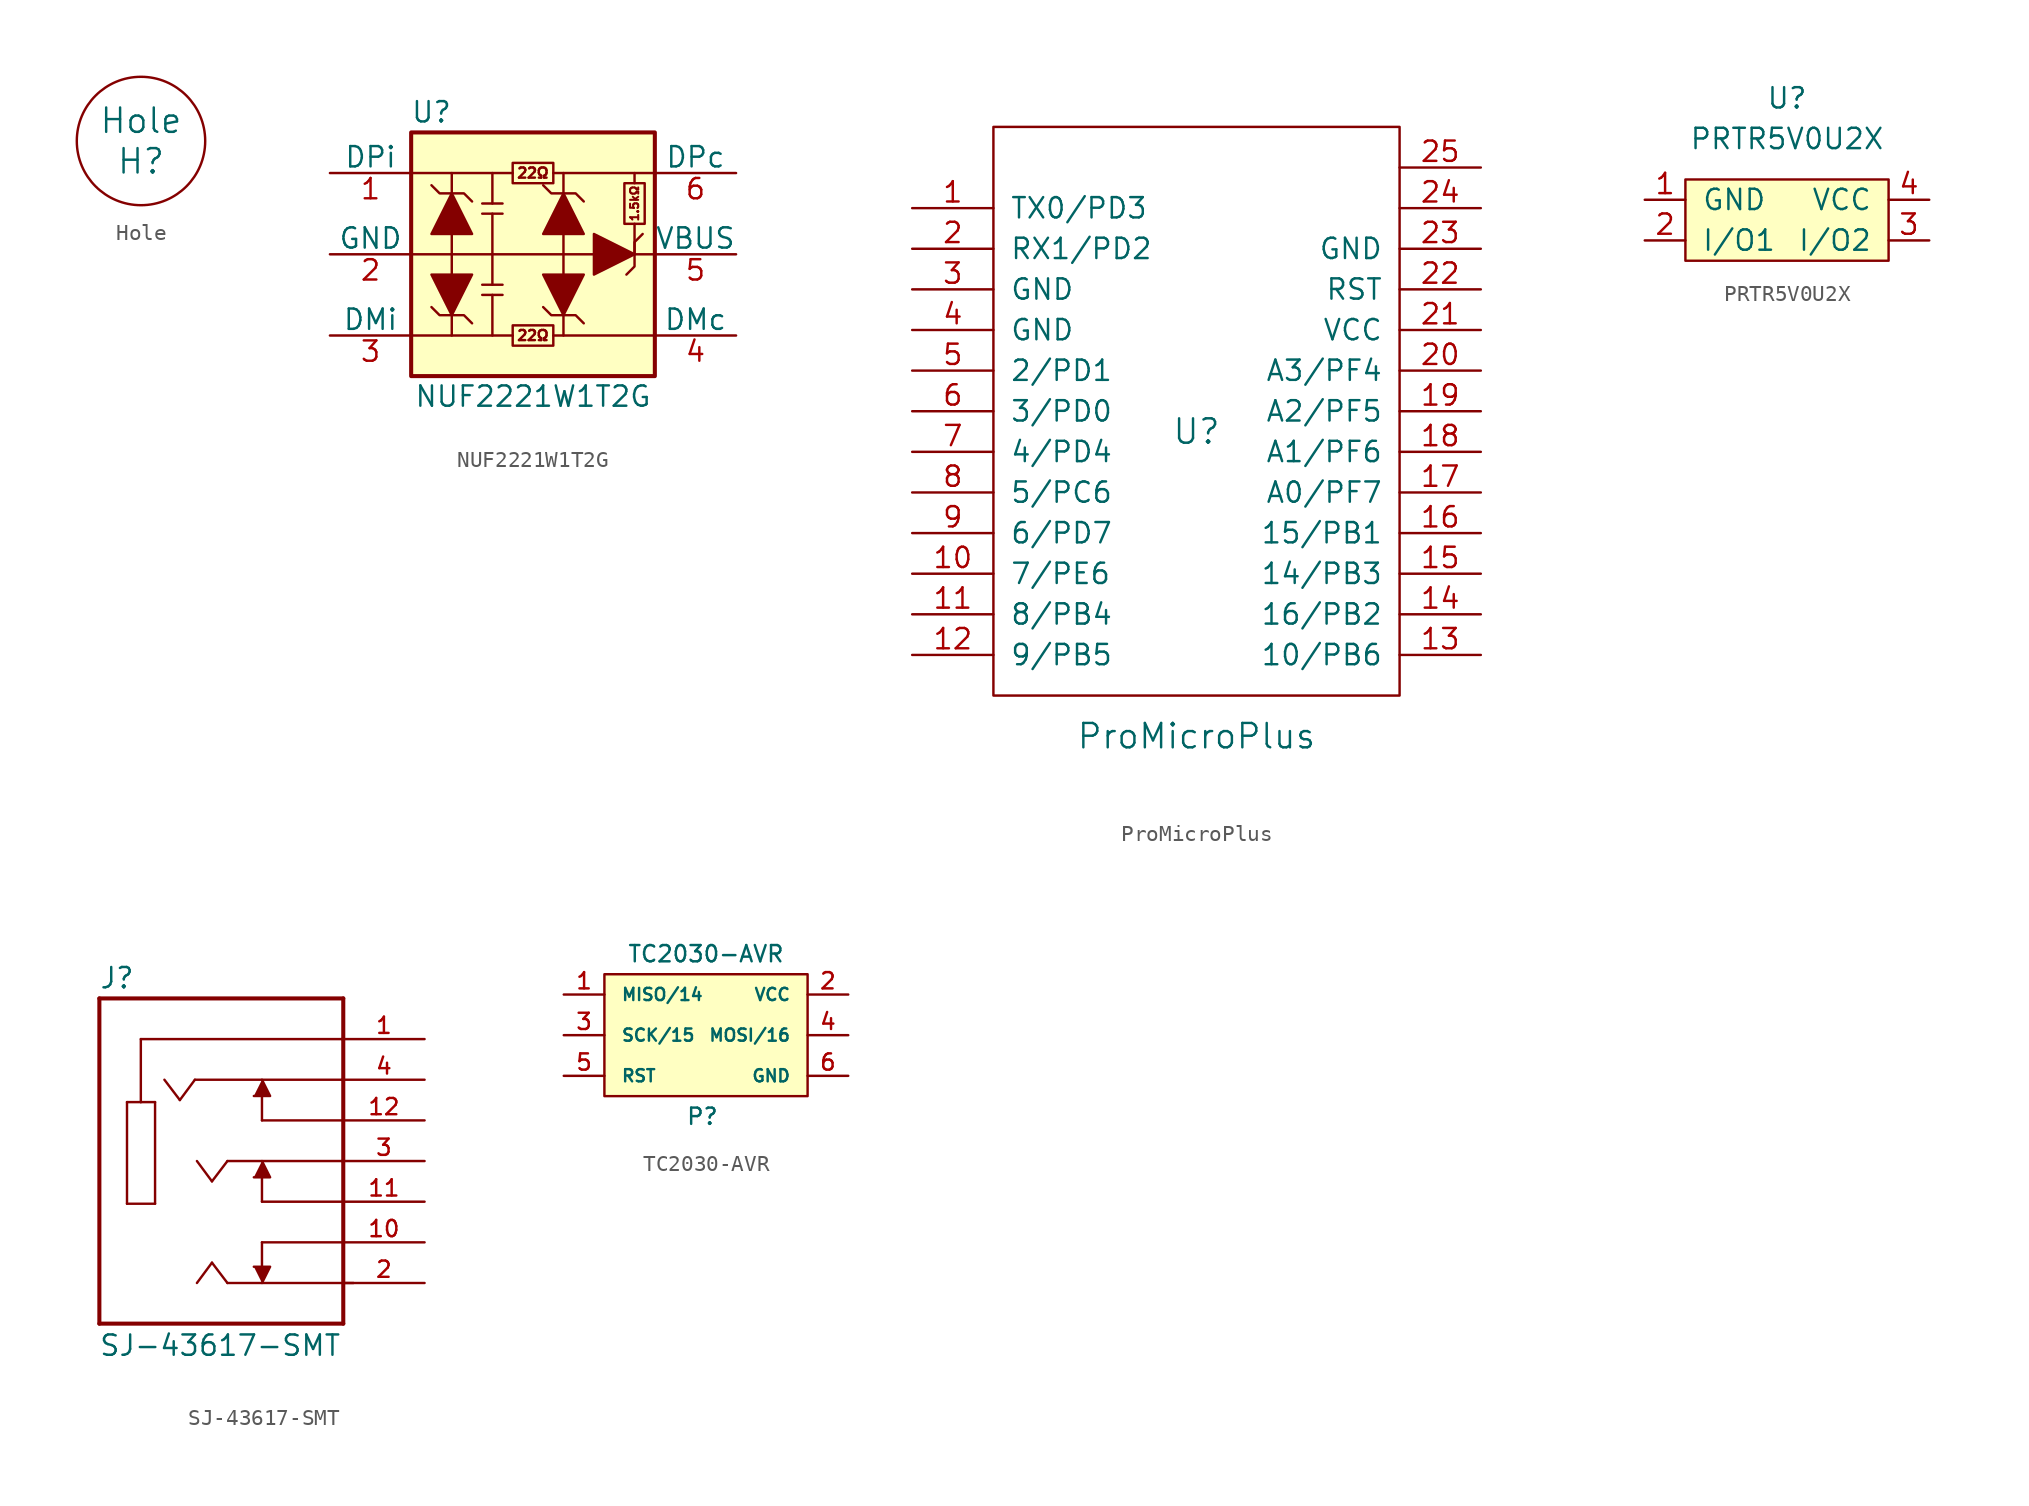
<source format=kicad_sym>
(kicad_symbol_lib
  (version 20211014)
  (generator kicad_symbol_editor)
  (symbol "Hole"
    (pin_names
      (offset 1.016))
    (property "Reference" "H"
      (at 0 -1.27 0)
      (effects (font (size 1.524 1.524))))
    (property "Value" "Hole"
      (at 0 1.27 0)
      (effects (font (size 1.524 1.524))))
    (symbol "Hole_0_1"
      (circle (center 0 0) (radius 4.013) (stroke (width 0) (type default) (color 0 0 0 0)) (fill (type none)))))
  (symbol "NUF2221W1T2G"
    (pin_names
      (offset 0))
    (property "Reference" "U"
      (at -6.35 8.89 0)
      (effects (font (size 1.27 1.27))))
    (property "Value" "NUF2221W1T2G"
      (at 0 -8.89 0)
      (effects (font (size 1.27 1.27))))
    (symbol "NUF2221W1T2G_0_0"
      (polyline (pts (xy -5.08 -5.08) (xy -1.27 -5.08)) (stroke (width 0) (type default) (color 0 0 0 0)) (fill (type none)))
      (polyline (pts (xy -5.08 0) (xy 1.905 0)) (stroke (width 0) (type default) (color 0 0 0 0)) (fill (type none)))
      (polyline (pts (xy -5.08 5.08) (xy -1.27 5.08)) (stroke (width 0) (type default) (color 0 0 0 0)) (fill (type none)))
      (polyline (pts (xy -3.175 -2.54) (xy -1.905 -2.54)) (stroke (width 0) (type default) (color 0 0 0 0)) (fill (type none)))
      (polyline (pts (xy -3.175 2.54) (xy -1.905 2.54)) (stroke (width 0) (type default) (color 0 0 0 0)) (fill (type none)))
      (polyline (pts (xy -2.54 -2.54) (xy -2.54 -5.08)) (stroke (width 0) (type default) (color 0 0 0 0)) (fill (type none)))
      (polyline (pts (xy -2.54 -1.905) (xy -2.54 0)) (stroke (width 0) (type default) (color 0 0 0 0)) (fill (type none)))
      (polyline (pts (xy -2.54 2.54) (xy -2.54 0)) (stroke (width 0) (type default) (color 0 0 0 0)) (fill (type none)))
      (polyline (pts (xy -2.54 3.175) (xy -2.54 5.08)) (stroke (width 0) (type default) (color 0 0 0 0)) (fill (type none)))
      (polyline (pts (xy -1.905 -1.905) (xy -3.175 -1.905)) (stroke (width 0) (type default) (color 0 0 0 0)) (fill (type none)))
      (polyline (pts (xy -1.905 3.175) (xy -3.175 3.175)) (stroke (width 0) (type default) (color 0 0 0 0)) (fill (type none)))
      (polyline (pts (xy 1.27 -5.08) (xy 7.62 -5.08)) (stroke (width 0) (type default) (color 0 0 0 0)) (fill (type none)))
      (polyline (pts (xy 1.27 5.08) (xy 7.62 5.08)) (stroke (width 0) (type default) (color 0 0 0 0)) (fill (type none)))
      (polyline (pts (xy 1.905 -3.81) (xy 1.905 -5.08)) (stroke (width 0) (type default) (color 0 0 0 0)) (fill (type none)))
      (polyline (pts (xy 1.905 0) (xy 3.81 0)) (stroke (width 0) (type default) (color 0 0 0 0)) (fill (type none)))
      (polyline (pts (xy 1.905 3.81) (xy 1.905 5.08)) (stroke (width 0) (type default) (color 0 0 0 0)) (fill (type none)))
      (polyline (pts (xy 6.35 0) (xy 7.62 0)) (stroke (width 0) (type default) (color 0 0 0 0)) (fill (type none)))
      (polyline (pts (xy 6.35 1.905) (xy 6.35 0)) (stroke (width 0) (type default) (color 0 0 0 0)) (fill (type none)))
      (polyline (pts (xy 6.35 4.445) (xy 6.35 5.08)) (stroke (width 0) (type default) (color 0 0 0 0)) (fill (type none)))
      (text "1.5kΩ" (at 6.35 3.175 900) (effects (font (size 0.508 0.508))))
      (text "22Ω" (at 0 -5.08 0) (effects (font (size 0.635 0.635))))
      (text "22Ω" (at 0 5.08 0) (effects (font (size 0.635 0.635)))))
    (symbol "NUF2221W1T2G_0_1"
      (rectangle (start -7.62 7.62) (end 7.62 -7.62) (stroke (width 0.254) (type default) (color 0 0 0 0)) (fill (type background)))
      (rectangle (start -1.27 -4.445) (end 1.27 -5.715) (stroke (width 0) (type default) (color 0 0 0 0)) (fill (type none)))
      (rectangle (start -1.27 5.715) (end 1.27 4.445) (stroke (width 0) (type default) (color 0 0 0 0)) (fill (type none)))
      (polyline (pts (xy -5.08 -1.27) (xy -5.08 1.27)) (stroke (width 0) (type default) (color 0 0 0 0)) (fill (type none)))
      (polyline (pts (xy -5.08 0) (xy -7.62 0)) (stroke (width 0) (type default) (color 0 0 0 0)) (fill (type none)))
      (polyline (pts (xy 1.905 -1.27) (xy 1.905 1.27)) (stroke (width 0) (type default) (color 0 0 0 0)) (fill (type none)))
      (polyline (pts (xy -7.62 -5.08) (xy -5.08 -5.08) (xy -5.08 -3.81)) (stroke (width 0) (type default) (color 0 0 0 0)) (fill (type none)))
      (polyline (pts (xy -5.08 3.81) (xy -5.08 5.08) (xy -7.62 5.08)) (stroke (width 0) (type default) (color 0 0 0 0)) (fill (type none)))
      (polyline (pts (xy -6.35 -3.302) (xy -5.842 -3.81) (xy -4.318 -3.81) (xy -3.81 -4.318)) (stroke (width 0) (type default) (color 0 0 0 0)) (fill (type none)))
      (polyline (pts (xy -6.35 1.27) (xy -3.81 1.27) (xy -5.08 3.81) (xy -6.35 1.27)) (stroke (width 0) (type default) (color 0 0 0 0)) (fill (type outline)))
      (polyline (pts (xy -3.81 -1.27) (xy -6.35 -1.27) (xy -5.08 -3.81) (xy -3.81 -1.27)) (stroke (width 0) (type default) (color 0 0 0 0)) (fill (type outline)))
      (polyline (pts (xy -3.81 3.302) (xy -4.318 3.81) (xy -5.842 3.81) (xy -6.35 4.318)) (stroke (width 0) (type default) (color 0 0 0 0)) (fill (type none)))
      (polyline (pts (xy 0.635 -3.302) (xy 1.143 -3.81) (xy 2.667 -3.81) (xy 3.175 -4.318)) (stroke (width 0) (type default) (color 0 0 0 0)) (fill (type none)))
      (polyline (pts (xy 0.635 1.27) (xy 3.175 1.27) (xy 1.905 3.81) (xy 0.635 1.27)) (stroke (width 0) (type default) (color 0 0 0 0)) (fill (type outline)))
      (polyline (pts (xy 3.175 -1.27) (xy 0.635 -1.27) (xy 1.905 -3.81) (xy 3.175 -1.27)) (stroke (width 0) (type default) (color 0 0 0 0)) (fill (type outline)))
      (polyline (pts (xy 3.175 3.302) (xy 2.667 3.81) (xy 1.143 3.81) (xy 0.635 4.318)) (stroke (width 0) (type default) (color 0 0 0 0)) (fill (type none)))
      (polyline (pts (xy 3.81 1.27) (xy 3.81 -1.27) (xy 6.35 0) (xy 3.81 1.27)) (stroke (width 0) (type default) (color 0 0 0 0)) (fill (type outline)))
      (polyline (pts (xy 5.842 -1.27) (xy 6.35 -0.762) (xy 6.35 0.762) (xy 6.858 1.27)) (stroke (width 0) (type default) (color 0 0 0 0)) (fill (type none)))
      (rectangle (start 5.715 1.905) (end 6.985 4.445) (stroke (width 0) (type default) (color 0 0 0 0)) (fill (type none))))
    (symbol "NUF2221W1T2G_1_1"
      (pin passive line (at -12.7 5.08 0) (length 5.08) (name "DPi" (effects (font (size 1.27 1.27)))) (number "1" (effects (font (size 1.27 1.27)))))
      (pin power_in line (at -12.7 0 0) (length 5.08) (name "GND" (effects (font (size 1.27 1.27)))) (number "2" (effects (font (size 1.27 1.27)))))
      (pin passive line (at -12.7 -5.08 0) (length 5.08) (name "DMi" (effects (font (size 1.27 1.27)))) (number "3" (effects (font (size 1.27 1.27)))))
      (pin passive line (at 12.7 -5.08 180) (length 5.08) (name "DMc" (effects (font (size 1.27 1.27)))) (number "4" (effects (font (size 1.27 1.27)))))
      (pin passive line (at 12.7 0 180) (length 5.08) (name "VBUS" (effects (font (size 1.27 1.27)))) (number "5" (effects (font (size 1.27 1.27)))))
      (pin passive line (at 12.7 5.08 180) (length 5.08) (name "DPc" (effects (font (size 1.27 1.27)))) (number "6" (effects (font (size 1.27 1.27)))))))
  (symbol "ProMicroPlus"
    (pin_names
      (offset 1.016))
    (property "Reference" "U"
      (at 0 0 0)
      (effects (font (size 1.524 1.524))))
    (property "Value" "ProMicroPlus"
      (at 0 -19.05 0)
      (effects (font (size 1.524 1.524))))
    (symbol "ProMicroPlus_0_1"
      (rectangle (start -12.7 -16.51) (end 12.7 19.05) (stroke (width 0) (type default) (color 0 0 0 0)) (fill (type none))))
    (symbol "ProMicroPlus_1_1"
      (pin input line (at -17.78 13.97 0) (length 5.08) (name "TX0/PD3" (effects (font (size 1.27 1.27)))) (number "1" (effects (font (size 1.27 1.27)))))
      (pin input line (at -17.78 -8.89 0) (length 5.08) (name "7/PE6" (effects (font (size 1.27 1.27)))) (number "10" (effects (font (size 1.27 1.27)))))
      (pin input line (at -17.78 -11.43 0) (length 5.08) (name "8/PB4" (effects (font (size 1.27 1.27)))) (number "11" (effects (font (size 1.27 1.27)))))
      (pin input line (at -17.78 -13.97 0) (length 5.08) (name "9/PB5" (effects (font (size 1.27 1.27)))) (number "12" (effects (font (size 1.27 1.27)))))
      (pin input line (at 17.78 -13.97 180) (length 5.08) (name "10/PB6" (effects (font (size 1.27 1.27)))) (number "13" (effects (font (size 1.27 1.27)))))
      (pin input line (at 17.78 -11.43 180) (length 5.08) (name "16/PB2" (effects (font (size 1.27 1.27)))) (number "14" (effects (font (size 1.27 1.27)))))
      (pin input line (at 17.78 -8.89 180) (length 5.08) (name "14/PB3" (effects (font (size 1.27 1.27)))) (number "15" (effects (font (size 1.27 1.27)))))
      (pin input line (at 17.78 -6.35 180) (length 5.08) (name "15/PB1" (effects (font (size 1.27 1.27)))) (number "16" (effects (font (size 1.27 1.27)))))
      (pin input line (at 17.78 -3.81 180) (length 5.08) (name "A0/PF7" (effects (font (size 1.27 1.27)))) (number "17" (effects (font (size 1.27 1.27)))))
      (pin input line (at 17.78 -1.27 180) (length 5.08) (name "A1/PF6" (effects (font (size 1.27 1.27)))) (number "18" (effects (font (size 1.27 1.27)))))
      (pin input line (at 17.78 1.27 180) (length 5.08) (name "A2/PF5" (effects (font (size 1.27 1.27)))) (number "19" (effects (font (size 1.27 1.27)))))
      (pin input line (at -17.78 11.43 0) (length 5.08) (name "RX1/PD2" (effects (font (size 1.27 1.27)))) (number "2" (effects (font (size 1.27 1.27)))))
      (pin input line (at 17.78 3.81 180) (length 5.08) (name "A3/PF4" (effects (font (size 1.27 1.27)))) (number "20" (effects (font (size 1.27 1.27)))))
      (pin input line (at 17.78 6.35 180) (length 5.08) (name "VCC" (effects (font (size 1.27 1.27)))) (number "21" (effects (font (size 1.27 1.27)))))
      (pin input line (at 17.78 8.89 180) (length 5.08) (name "RST" (effects (font (size 1.27 1.27)))) (number "22" (effects (font (size 1.27 1.27)))))
      (pin input line (at 17.78 11.43 180) (length 5.08) (name "GND" (effects (font (size 1.27 1.27)))) (number "23" (effects (font (size 1.27 1.27)))))
      (pin input line (at 17.78 13.97 180) (length 5.08) (name "~" (effects (font (size 1.27 1.27)))) (number "24" (effects (font (size 1.27 1.27)))))
      (pin input line (at 17.78 16.51 180) (length 5.08) (name "~" (effects (font (size 1.27 1.27)))) (number "25" (effects (font (size 1.27 1.27)))))
      (pin input line (at -17.78 8.89 0) (length 5.08) (name "GND" (effects (font (size 1.27 1.27)))) (number "3" (effects (font (size 1.27 1.27)))))
      (pin input line (at -17.78 6.35 0) (length 5.08) (name "GND" (effects (font (size 1.27 1.27)))) (number "4" (effects (font (size 1.27 1.27)))))
      (pin input line (at -17.78 3.81 0) (length 5.08) (name "2/PD1" (effects (font (size 1.27 1.27)))) (number "5" (effects (font (size 1.27 1.27)))))
      (pin input line (at -17.78 1.27 0) (length 5.08) (name "3/PD0" (effects (font (size 1.27 1.27)))) (number "6" (effects (font (size 1.27 1.27)))))
      (pin input line (at -17.78 -1.27 0) (length 5.08) (name "4/PD4" (effects (font (size 1.27 1.27)))) (number "7" (effects (font (size 1.27 1.27)))))
      (pin input line (at -17.78 -3.81 0) (length 5.08) (name "5/PC6" (effects (font (size 1.27 1.27)))) (number "8" (effects (font (size 1.27 1.27)))))
      (pin input line (at -17.78 -6.35 0) (length 5.08) (name "6/PD7" (effects (font (size 1.27 1.27)))) (number "9" (effects (font (size 1.27 1.27)))))))
  (symbol "PRTR5V0U2X"
    (pin_names
      (offset 1.016))
    (property "Reference" "U"
      (at 0 7.62 0)
      (effects (font (size 1.27 1.27))))
    (property "Value" "PRTR5V0U2X"
      (at 0 5.08 0)
      (effects (font (size 1.27 1.27))))
    (symbol "PRTR5V0U2X_0_1"
      (rectangle (start -6.35 2.54) (end 6.35 -2.54) (stroke (width 0) (type default) (color 0 0 0 0)) (fill (type background))))
    (symbol "PRTR5V0U2X_1_1"
      (pin input line (at -8.89 1.27 0) (length 2.54) (name "GND" (effects (font (size 1.27 1.27)))) (number "1" (effects (font (size 1.27 1.27)))))
      (pin input line (at -8.89 -1.27 0) (length 2.54) (name "I/O1" (effects (font (size 1.27 1.27)))) (number "2" (effects (font (size 1.27 1.27)))))
      (pin input line (at 8.89 -1.27 180) (length 2.54) (name "I/O2" (effects (font (size 1.27 1.27)))) (number "3" (effects (font (size 1.27 1.27)))))
      (pin input line (at 8.89 1.27 180) (length 2.54) (name "VCC" (effects (font (size 1.27 1.27)))) (number "4" (effects (font (size 1.27 1.27)))))))
  (symbol "SJ-43617-SMT"
    (pin_names
      (offset 1.016) hide)
    (property "Reference" "J"
      (at -7.645 10.693 0)
      (effects (font (size 1.27 1.27)) (justify left bottom)))
    (property "Value" "SJ-43617-SMT"
      (at -7.671 -12.268 0)
      (effects (font (size 1.27 1.27)) (justify left bottom)))
    (property "ki_locked" ""
      (at 0 0 0)
      (effects (font (size 1.27 1.27))))
    (symbol "SJ-43617-SMT_0_0"
      (polyline (pts (xy -7.62 -10.16) (xy 7.62 -10.16)) (stroke (width 0.254) (type default) (color 0 0 0 0)) (fill (type none)))
      (polyline (pts (xy -7.62 10.16) (xy -7.62 -10.16)) (stroke (width 0.254) (type default) (color 0 0 0 0)) (fill (type none)))
      (polyline (pts (xy -5.893 -2.667) (xy -5.893 3.683)) (stroke (width 0.152) (type default) (color 0 0 0 0)) (fill (type none)))
      (polyline (pts (xy -5.893 3.683) (xy -5.029 3.683)) (stroke (width 0.152) (type default) (color 0 0 0 0)) (fill (type none)))
      (polyline (pts (xy -5.029 3.683) (xy -4.14 3.683)) (stroke (width 0.152) (type default) (color 0 0 0 0)) (fill (type none)))
      (polyline (pts (xy -5.029 7.62) (xy -5.029 3.683)) (stroke (width 0.152) (type default) (color 0 0 0 0)) (fill (type none)))
      (polyline (pts (xy -4.14 -2.667) (xy -5.893 -2.667)) (stroke (width 0.152) (type default) (color 0 0 0 0)) (fill (type none)))
      (polyline (pts (xy -4.14 3.683) (xy -4.14 -2.667)) (stroke (width 0.152) (type default) (color 0 0 0 0)) (fill (type none)))
      (polyline (pts (xy -2.591 3.81) (xy -3.556 5.08)) (stroke (width 0.152) (type default) (color 0 0 0 0)) (fill (type none)))
      (polyline (pts (xy -1.651 5.08) (xy -2.591 3.81)) (stroke (width 0.152) (type default) (color 0 0 0 0)) (fill (type none)))
      (polyline (pts (xy -0.584 -6.35) (xy -1.524 -7.62)) (stroke (width 0.152) (type default) (color 0 0 0 0)) (fill (type none)))
      (polyline (pts (xy -0.584 -1.27) (xy -1.524 0)) (stroke (width 0.152) (type default) (color 0 0 0 0)) (fill (type none)))
      (polyline (pts (xy 0.381 -7.62) (xy -0.584 -6.35)) (stroke (width 0.152) (type default) (color 0 0 0 0)) (fill (type none)))
      (polyline (pts (xy 0.381 0) (xy -0.584 -1.27)) (stroke (width 0.152) (type default) (color 0 0 0 0)) (fill (type none)))
      (polyline (pts (xy 2.54 -5.08) (xy 2.54 -6.604)) (stroke (width 0.152) (type default) (color 0 0 0 0)) (fill (type none)))
      (polyline (pts (xy 2.54 -2.54) (xy 2.54 -1.016)) (stroke (width 0.152) (type default) (color 0 0 0 0)) (fill (type none)))
      (polyline (pts (xy 2.54 2.54) (xy 2.54 4.064)) (stroke (width 0.152) (type default) (color 0 0 0 0)) (fill (type none)))
      (polyline (pts (xy 7.62 -10.16) (xy 7.62 0)) (stroke (width 0.254) (type default) (color 0 0 0 0)) (fill (type none)))
      (polyline (pts (xy 7.62 -5.08) (xy 2.54 -5.08)) (stroke (width 0.152) (type default) (color 0 0 0 0)) (fill (type none)))
      (polyline (pts (xy 7.62 -2.54) (xy 2.54 -2.54)) (stroke (width 0.152) (type default) (color 0 0 0 0)) (fill (type none)))
      (polyline (pts (xy 7.62 0) (xy 0.381 0)) (stroke (width 0.152) (type default) (color 0 0 0 0)) (fill (type none)))
      (polyline (pts (xy 7.62 0) (xy 7.62 5.08)) (stroke (width 0.254) (type default) (color 0 0 0 0)) (fill (type none)))
      (polyline (pts (xy 7.62 2.54) (xy 2.54 2.54)) (stroke (width 0.152) (type default) (color 0 0 0 0)) (fill (type none)))
      (polyline (pts (xy 7.62 5.08) (xy -1.651 5.08)) (stroke (width 0.152) (type default) (color 0 0 0 0)) (fill (type none)))
      (polyline (pts (xy 7.62 5.08) (xy 7.62 7.62)) (stroke (width 0.254) (type default) (color 0 0 0 0)) (fill (type none)))
      (polyline (pts (xy 7.62 7.62) (xy -5.029 7.62)) (stroke (width 0.152) (type default) (color 0 0 0 0)) (fill (type none)))
      (polyline (pts (xy 7.62 7.62) (xy 7.62 10.16)) (stroke (width 0.254) (type default) (color 0 0 0 0)) (fill (type none)))
      (polyline (pts (xy 7.62 10.16) (xy -7.62 10.16)) (stroke (width 0.254) (type default) (color 0 0 0 0)) (fill (type none)))
      (polyline (pts (xy 8.255 -7.62) (xy 0.381 -7.62)) (stroke (width 0.152) (type default) (color 0 0 0 0)) (fill (type none)))
      (polyline (pts (xy 2.032 -6.604) (xy 3.048 -6.604) (xy 2.54 -7.62)) (stroke (width 0.152) (type default) (color 0 0 0 0)) (fill (type outline)))
      (polyline (pts (xy 2.032 -1.016) (xy 3.048 -1.016) (xy 2.54 0)) (stroke (width 0.152) (type default) (color 0 0 0 0)) (fill (type outline)))
      (polyline (pts (xy 2.032 4.064) (xy 3.048 4.064) (xy 2.54 5.08)) (stroke (width 0.152) (type default) (color 0 0 0 0)) (fill (type outline)))
      (pin passive line (at 12.7 7.62 180) (length 5.08) (name "1" (effects (font (size 1.016 1.016)))) (number "1" (effects (font (size 1.016 1.016)))))
      (pin passive line (at 12.7 -5.08 180) (length 5.08) (name "10" (effects (font (size 1.016 1.016)))) (number "10" (effects (font (size 1.016 1.016)))))
      (pin passive line (at 12.7 -2.54 180) (length 5.08) (name "11" (effects (font (size 1.016 1.016)))) (number "11" (effects (font (size 1.016 1.016)))))
      (pin passive line (at 12.7 2.54 180) (length 5.08) (name "12" (effects (font (size 1.016 1.016)))) (number "12" (effects (font (size 1.016 1.016)))))
      (pin passive line (at 12.7 -7.62 180) (length 5.08) (name "2" (effects (font (size 1.016 1.016)))) (number "2" (effects (font (size 1.016 1.016)))))
      (pin passive line (at 12.7 0 180) (length 5.08) (name "3" (effects (font (size 1.016 1.016)))) (number "3" (effects (font (size 1.016 1.016)))))
      (pin passive line (at 12.7 5.08 180) (length 5.08) (name "4" (effects (font (size 1.016 1.016)))) (number "4" (effects (font (size 1.016 1.016)))))))
  (symbol "TC2030-AVR"
    (pin_names
      (offset 1.016))
    (property "Reference" "P"
      (at -1.27 -5.08 0)
      (effects (font (size 1.016 1.016)) (justify left)))
    (property "Value" "TC2030-AVR"
      (at 0 5.08 0)
      (effects (font (size 1.016 1.016))))
    (symbol "TC2030-AVR_0_1"
      (rectangle (start -6.35 3.81) (end 6.35 -3.81) (stroke (width 0) (type default) (color 0 0 0 0)) (fill (type background))))
    (symbol "TC2030-AVR_1_1"
      (pin passive line (at -8.89 2.54 0) (length 2.54) (name "MISO/14" (effects (font (size 0.762 0.762)))) (number "1" (effects (font (size 1.016 1.016)))))
      (pin passive line (at 8.89 2.54 180) (length 2.54) (name "VCC" (effects (font (size 0.762 0.762)))) (number "2" (effects (font (size 1.016 1.016)))))
      (pin passive line (at -8.89 0 0) (length 2.54) (name "SCK/15" (effects (font (size 0.762 0.762)))) (number "3" (effects (font (size 1.016 1.016)))))
      (pin passive line (at 8.89 0 180) (length 2.54) (name "MOSI/16" (effects (font (size 0.762 0.762)))) (number "4" (effects (font (size 1.016 1.016)))))
      (pin passive line (at -8.89 -2.54 0) (length 2.54) (name "RST" (effects (font (size 0.762 0.762)))) (number "5" (effects (font (size 1.016 1.016)))))
      (pin passive line (at 8.89 -2.54 180) (length 2.54) (name "GND" (effects (font (size 0.762 0.762)))) (number "6" (effects (font (size 1.016 1.016))))))))
</source>
